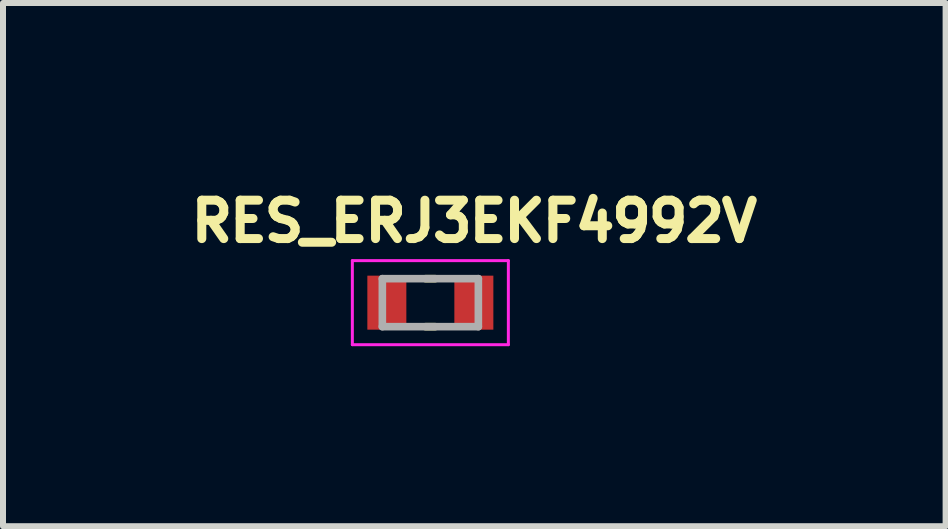
<source format=kicad_pcb>
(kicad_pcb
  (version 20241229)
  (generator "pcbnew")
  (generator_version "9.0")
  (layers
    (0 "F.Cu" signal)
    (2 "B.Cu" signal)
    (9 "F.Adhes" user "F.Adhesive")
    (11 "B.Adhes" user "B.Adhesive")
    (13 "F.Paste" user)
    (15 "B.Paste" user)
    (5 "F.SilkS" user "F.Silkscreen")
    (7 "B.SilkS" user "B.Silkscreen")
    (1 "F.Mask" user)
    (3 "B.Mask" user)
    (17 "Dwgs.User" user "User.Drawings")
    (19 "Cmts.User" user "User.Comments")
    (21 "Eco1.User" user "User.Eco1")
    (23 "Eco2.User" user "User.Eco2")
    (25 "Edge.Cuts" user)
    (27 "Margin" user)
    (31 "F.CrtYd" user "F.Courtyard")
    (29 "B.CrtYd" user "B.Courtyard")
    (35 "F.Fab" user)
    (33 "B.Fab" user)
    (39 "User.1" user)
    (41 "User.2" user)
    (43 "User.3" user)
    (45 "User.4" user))
  (footprint "RES_ERJ3EKF4992V"
    (layer "F.Cu")
    (at 4.122 1.994)
    (property "Reference" "RES_ERJ3EKF4992V" (at 0.732 -1.356 0) (layer "F.SilkS") (effects (font (size 0.64 0.64) (thickness 0.15))))
    (attr smd)
    (fp_line (start -0.08 -0.4) (end 0.08 -0.4) (stroke (width 0.127) (type solid)) (layer "F.SilkS"))
    (fp_line (start -0.08 0.4) (end 0.08 0.4) (stroke (width 0.127) (type solid)) (layer "F.SilkS"))
    (fp_line (start -1.3 -0.7) (end -1.3 0.7) (stroke (width 0.05) (type solid)) (layer "F.CrtYd"))
    (fp_line (start -1.3 0.7) (end 1.3 0.7) (stroke (width 0.05) (type solid)) (layer "F.CrtYd"))
    (fp_line (start 1.3 -0.7) (end -1.3 -0.7) (stroke (width 0.05) (type solid)) (layer "F.CrtYd"))
    (fp_line (start 1.3 0.7) (end 1.3 -0.7) (stroke (width 0.05) (type solid)) (layer "F.CrtYd"))
    (fp_line (start -0.8 -0.4) (end -0.8 0.4) (stroke (width 0.127) (type solid)) (layer "F.Fab"))
    (fp_line (start -0.8 -0.4) (end 0.8 -0.4) (stroke (width 0.127) (type solid)) (layer "F.Fab"))
    (fp_line (start -0.8 0.4) (end 0.8 0.4) (stroke (width 0.127) (type solid)) (layer "F.Fab"))
    (fp_line (start 0.8 -0.4) (end 0.8 0.4) (stroke (width 0.127) (type solid)) (layer "F.Fab"))
    (pad "1" smd rect (at -0.725 0) (size 0.65 0.9) (layers "F.Cu" "F.Mask" "F.Paste"))
    (pad "2" smd rect (at 0.725 0) (size 0.65 0.9) (layers "F.Cu" "F.Mask" "F.Paste")))
  (gr_rect
    (start -3 -3)
    (end 12.709 5.719)
    (stroke (width 0.1) (type default))
    (fill no)
    (layer "Edge.Cuts")))
</source>
